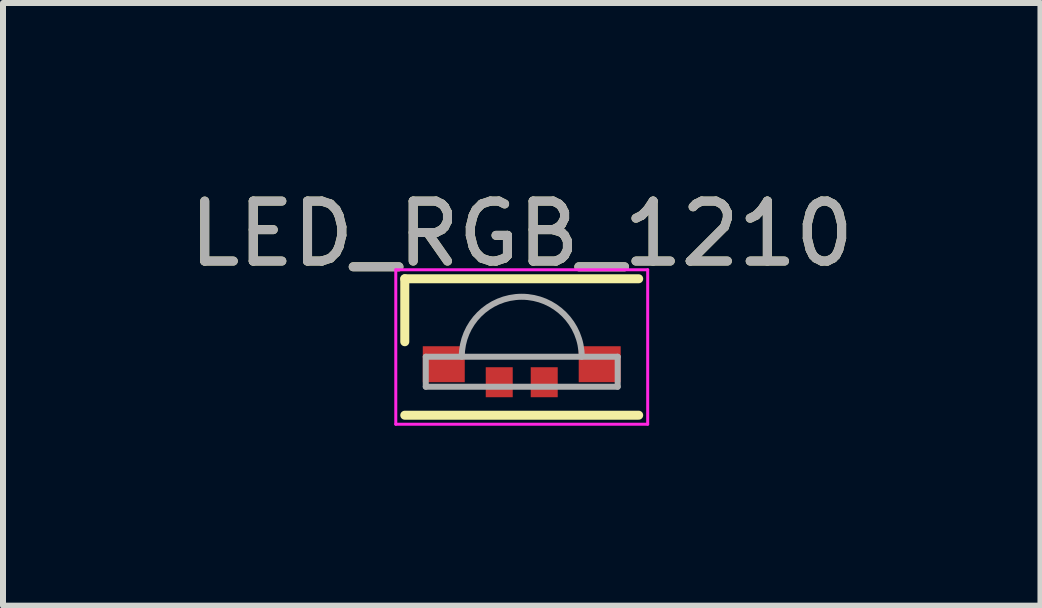
<source format=kicad_pcb>
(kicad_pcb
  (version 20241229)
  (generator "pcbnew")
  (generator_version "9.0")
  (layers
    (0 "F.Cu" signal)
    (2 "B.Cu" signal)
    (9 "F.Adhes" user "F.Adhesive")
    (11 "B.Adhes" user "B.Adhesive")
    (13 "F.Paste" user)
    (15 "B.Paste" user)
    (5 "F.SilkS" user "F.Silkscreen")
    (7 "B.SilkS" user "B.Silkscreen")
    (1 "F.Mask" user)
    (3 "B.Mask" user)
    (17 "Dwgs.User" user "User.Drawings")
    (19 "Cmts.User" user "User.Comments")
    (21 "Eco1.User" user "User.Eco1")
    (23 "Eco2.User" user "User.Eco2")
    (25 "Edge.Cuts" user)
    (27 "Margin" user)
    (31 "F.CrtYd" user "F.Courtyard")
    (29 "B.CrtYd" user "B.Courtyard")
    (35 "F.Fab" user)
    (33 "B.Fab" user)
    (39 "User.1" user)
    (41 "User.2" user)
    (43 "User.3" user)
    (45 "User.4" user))
  (footprint "LED_RGB_1210"
    (layer "F.Cu")
    (at 5.649 3.148)
    (property "Reference" "LED_RGB_1210" (at 0 -2.3 0) (layer "F.SilkS") (effects (font (size 1 1) (thickness 0.15))))
    (attr smd)
    (fp_line (start -1.95 -0.5) (end -1.95 -1.55) (stroke (width 0.15) (type solid)) (layer "F.SilkS"))
    (fp_line (start 1.95 -1.55) (end -1.95 -1.55) (stroke (width 0.15) (type solid)) (layer "F.SilkS"))
    (fp_line (start 1.95 0.725) (end -1.95 0.725) (stroke (width 0.15) (type solid)) (layer "F.SilkS"))
    (fp_line (start -2.1 -1.7) (end -2.1 0.875) (stroke (width 0.05) (type solid)) (layer "F.CrtYd"))
    (fp_line (start -2.1 0.875) (end 2.1 0.875) (stroke (width 0.05) (type solid)) (layer "F.CrtYd"))
    (fp_line (start 2.1 -1.7) (end -2.1 -1.7) (stroke (width 0.05) (type solid)) (layer "F.CrtYd"))
    (fp_line (start 2.1 0.875) (end 2.1 -1.7) (stroke (width 0.05) (type solid)) (layer "F.CrtYd"))
    (fp_line (start -1.6 -0.25) (end 1.6 -0.25) (stroke (width 0.1) (type solid)) (layer "F.Fab"))
    (fp_line (start -1.6 0.25) (end -1.6 -0.25) (stroke (width 0.1) (type solid)) (layer "F.Fab"))
    (fp_line (start 1.6 -0.25) (end 1.6 0.25) (stroke (width 0.1) (type solid)) (layer "F.Fab"))
    (fp_line (start 1.6 0.25) (end -1.6 0.25) (stroke (width 0.1) (type solid)) (layer "F.Fab"))
    (fp_arc (start -1 -0.25) (mid 0 -1.25) (end 1 -0.25) (stroke (width 0.1) (type solid)) (layer "F.Fab"))
    (fp_text user "${REFERENCE}" (at 0 -2.3 0) (layer "F.Fab") (effects (font (size 1 1) (thickness 0.15))))
    (pad "1" smd rect (at -1.3 -0.125 180) (size 0.7 0.6) (layers "F.Cu" "F.Mask" "F.Paste"))
    (pad "2" smd rect (at -0.375 0.175 180) (size 0.45 0.5) (layers "F.Cu" "F.Mask" "F.Paste"))
    (pad "3" smd rect (at 0.375 0.175 180) (size 0.45 0.5) (layers "F.Cu" "F.Mask" "F.Paste"))
    (pad "4" smd rect (at 1.3 -0.125 180) (size 0.7 0.6) (layers "F.Cu" "F.Mask" "F.Paste")))
  (gr_rect
    (start -3 -3)
    (end 14.298 7.048)
    (stroke (width 0.1) (type default))
    (fill no)
    (layer "Edge.Cuts")))
</source>
